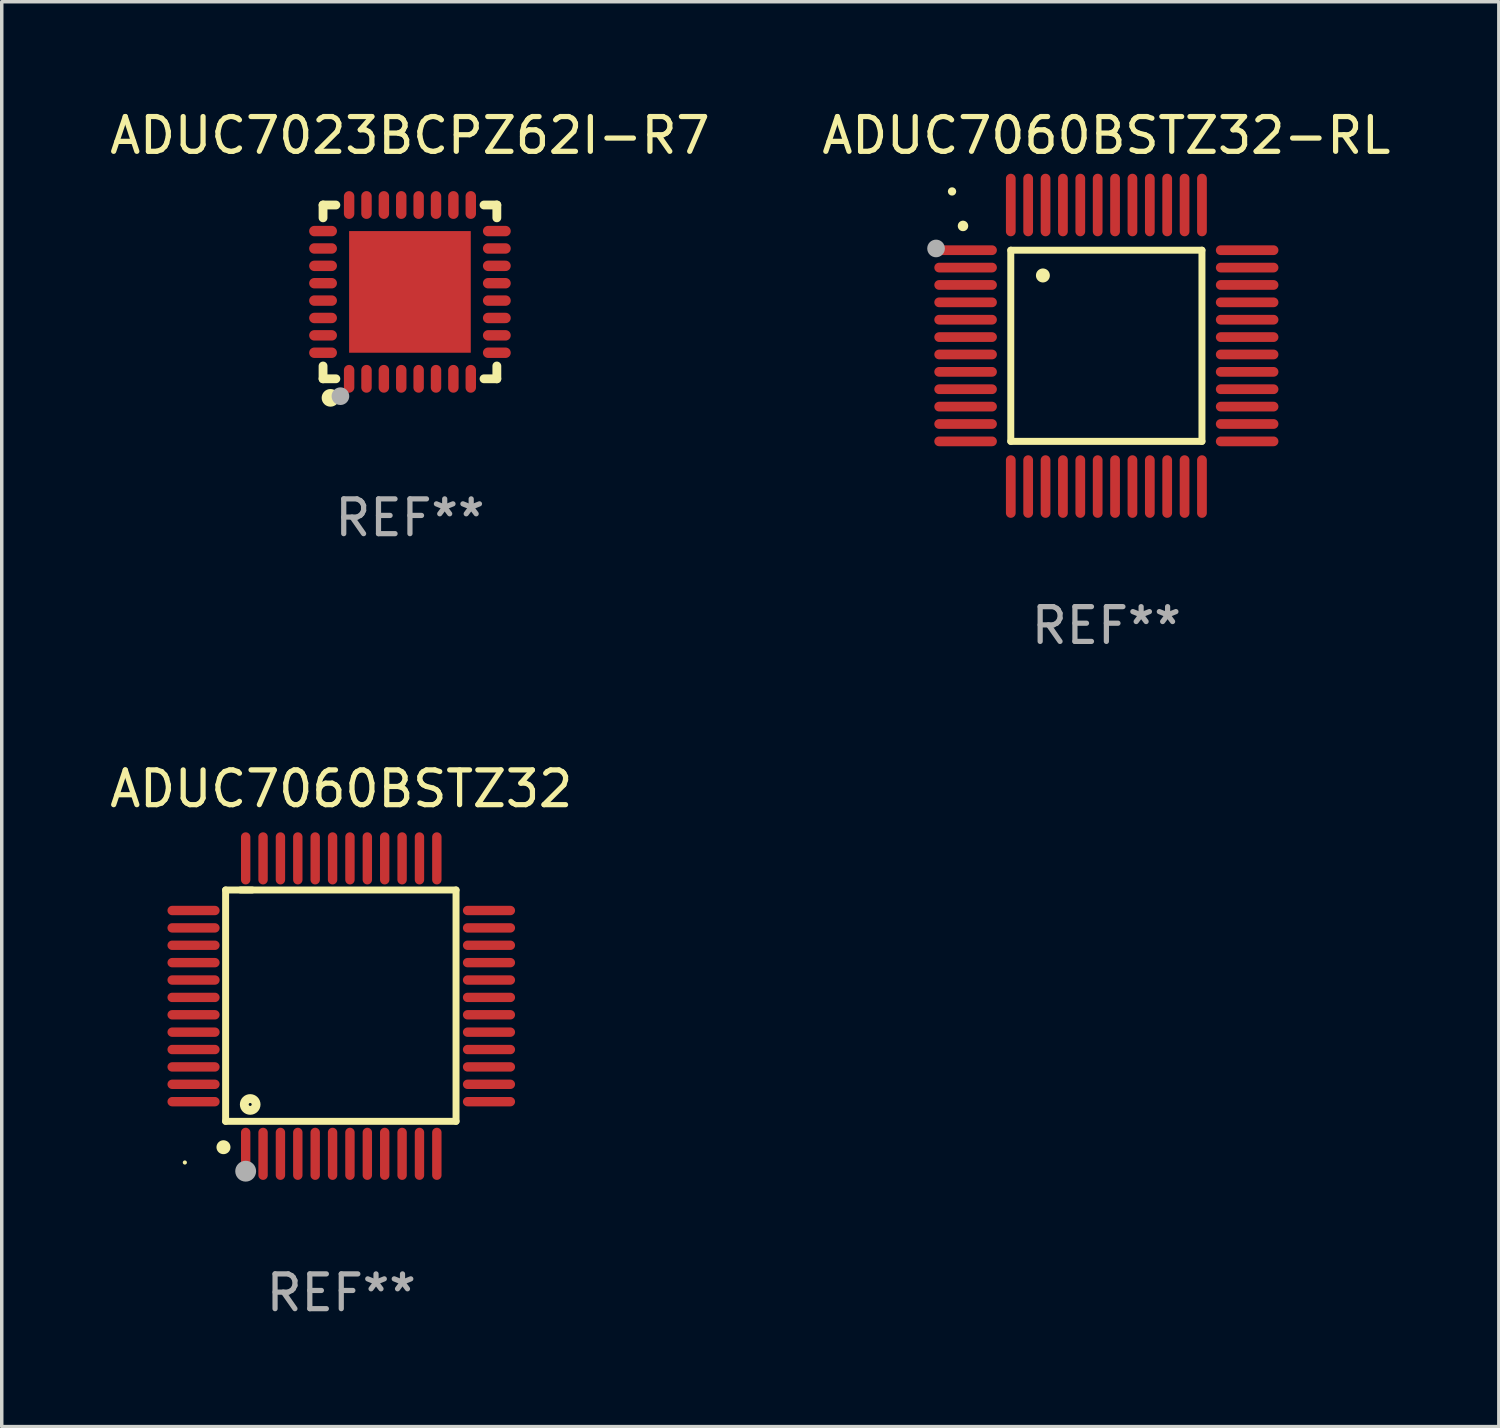
<source format=kicad_pcb>
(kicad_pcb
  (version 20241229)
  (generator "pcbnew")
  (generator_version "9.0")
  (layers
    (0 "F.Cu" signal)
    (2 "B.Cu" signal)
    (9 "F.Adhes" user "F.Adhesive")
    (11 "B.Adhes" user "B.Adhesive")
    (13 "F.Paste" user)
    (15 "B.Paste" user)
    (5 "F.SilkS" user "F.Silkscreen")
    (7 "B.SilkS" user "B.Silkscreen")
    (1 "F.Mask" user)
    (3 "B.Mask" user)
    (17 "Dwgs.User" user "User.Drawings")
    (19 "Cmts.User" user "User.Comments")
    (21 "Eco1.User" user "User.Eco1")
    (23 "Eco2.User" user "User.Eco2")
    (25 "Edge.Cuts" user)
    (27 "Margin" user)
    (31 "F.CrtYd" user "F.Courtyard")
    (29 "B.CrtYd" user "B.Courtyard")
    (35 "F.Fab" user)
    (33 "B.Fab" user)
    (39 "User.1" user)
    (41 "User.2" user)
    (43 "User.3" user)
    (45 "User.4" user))
  (footprint "ADUC7023BCPZ62I-R7"
    (layer "F.Cu")
    (at 8.744 5.348)
    (property "Reference" "ADUC7023BCPZ62I-R7" (at 0 -4.5 0) (layer "F.SilkS") (effects (font (size 1 1) (thickness 0.15))))
    (attr through_hole)
    (fp_line (start -2.5 -2.5) (end -2.131 -2.5) (stroke (width 0.254) (type solid)) (layer "F.SilkS"))
    (fp_line (start -2.5 -2.131) (end -2.5 -2.5) (stroke (width 0.254) (type solid)) (layer "F.SilkS"))
    (fp_line (start -2.5 2.5) (end -2.5 2.131) (stroke (width 0.254) (type solid)) (layer "F.SilkS"))
    (fp_line (start -2.131 2.5) (end -2.5 2.5) (stroke (width 0.254) (type solid)) (layer "F.SilkS"))
    (fp_line (start 2.131 -2.5) (end 2.5 -2.5) (stroke (width 0.254) (type solid)) (layer "F.SilkS"))
    (fp_line (start 2.5 -2.5) (end 2.5 -2.131) (stroke (width 0.254) (type solid)) (layer "F.SilkS"))
    (fp_line (start 2.5 2.131) (end 2.5 2.5) (stroke (width 0.254) (type solid)) (layer "F.SilkS"))
    (fp_line (start 2.5 2.5) (end 2.131 2.5) (stroke (width 0.254) (type solid)) (layer "F.SilkS"))
    (fp_circle (center -2.5 2.5) (end -2.47 2.5) (stroke (width 0.06) (type solid)) (fill no) (layer "F.SilkS"))
    (fp_circle (center -2.286 3.048) (end -2.159 3.048) (stroke (width 0.254) (type solid)) (fill no) (layer "F.SilkS"))
    (fp_circle (center -2 3) (end -1.873 3) (stroke (width 0.254) (type solid)) (fill no) (layer "F.Fab"))
    (fp_text user "REF**" (at 0 6.5 0) (layer "F.Fab") (effects (font (size 1 1) (thickness 0.15))))
    (pad "1" smd oval (at -1.75 2.5 90) (size 0.8 0.3) (layers "F.Cu" "F.Mask" "F.Paste"))
    (pad "2" smd oval (at -1.25 2.5 90) (size 0.8 0.3) (layers "F.Cu" "F.Mask" "F.Paste"))
    (pad "3" smd oval (at -0.75 2.5 90) (size 0.8 0.3) (layers "F.Cu" "F.Mask" "F.Paste"))
    (pad "4" smd oval (at -0.25 2.5 90) (size 0.8 0.3) (layers "F.Cu" "F.Mask" "F.Paste"))
    (pad "5" smd oval (at 0.25 2.5 90) (size 0.8 0.3) (layers "F.Cu" "F.Mask" "F.Paste"))
    (pad "6" smd oval (at 0.75 2.5 90) (size 0.8 0.3) (layers "F.Cu" "F.Mask" "F.Paste"))
    (pad "7" smd oval (at 1.25 2.5 90) (size 0.8 0.3) (layers "F.Cu" "F.Mask" "F.Paste"))
    (pad "8" smd oval (at 1.75 2.5 90) (size 0.8 0.3) (layers "F.Cu" "F.Mask" "F.Paste"))
    (pad "9" smd oval (at 2.5 1.75 180) (size 0.8 0.3) (layers "F.Cu" "F.Mask" "F.Paste"))
    (pad "10" smd oval (at 2.5 1.25 180) (size 0.8 0.3) (layers "F.Cu" "F.Mask" "F.Paste"))
    (pad "11" smd oval (at 2.5 0.75 180) (size 0.8 0.3) (layers "F.Cu" "F.Mask" "F.Paste"))
    (pad "12" smd oval (at 2.5 0.25 180) (size 0.8 0.3) (layers "F.Cu" "F.Mask" "F.Paste"))
    (pad "13" smd oval (at 2.5 -0.25 180) (size 0.8 0.3) (layers "F.Cu" "F.Mask" "F.Paste"))
    (pad "14" smd oval (at 2.5 -0.75 180) (size 0.8 0.3) (layers "F.Cu" "F.Mask" "F.Paste"))
    (pad "15" smd oval (at 2.5 -1.25 180) (size 0.8 0.3) (layers "F.Cu" "F.Mask" "F.Paste"))
    (pad "16" smd oval (at 2.5 -1.75 180) (size 0.8 0.3) (layers "F.Cu" "F.Mask" "F.Paste"))
    (pad "17" smd oval (at 1.75 -2.5 270) (size 0.8 0.3) (layers "F.Cu" "F.Mask" "F.Paste"))
    (pad "18" smd oval (at 1.25 -2.5 270) (size 0.8 0.3) (layers "F.Cu" "F.Mask" "F.Paste"))
    (pad "19" smd oval (at 0.75 -2.5 270) (size 0.8 0.3) (layers "F.Cu" "F.Mask" "F.Paste"))
    (pad "20" smd oval (at 0.25 -2.5 270) (size 0.8 0.3) (layers "F.Cu" "F.Mask" "F.Paste"))
    (pad "21" smd oval (at -0.25 -2.5 270) (size 0.8 0.3) (layers "F.Cu" "F.Mask" "F.Paste"))
    (pad "22" smd oval (at -0.75 -2.5 270) (size 0.8 0.3) (layers "F.Cu" "F.Mask" "F.Paste"))
    (pad "23" smd oval (at -1.25 -2.5 270) (size 0.8 0.3) (layers "F.Cu" "F.Mask" "F.Paste"))
    (pad "24" smd oval (at -1.75 -2.5 270) (size 0.8 0.3) (layers "F.Cu" "F.Mask" "F.Paste"))
    (pad "25" smd oval (at -2.5 -1.75) (size 0.8 0.3) (layers "F.Cu" "F.Mask" "F.Paste"))
    (pad "26" smd oval (at -2.5 -1.25) (size 0.8 0.3) (layers "F.Cu" "F.Mask" "F.Paste"))
    (pad "27" smd oval (at -2.5 -0.75) (size 0.8 0.3) (layers "F.Cu" "F.Mask" "F.Paste"))
    (pad "28" smd oval (at -2.5 -0.25) (size 0.8 0.3) (layers "F.Cu" "F.Mask" "F.Paste"))
    (pad "29" smd oval (at -2.5 0.25) (size 0.8 0.3) (layers "F.Cu" "F.Mask" "F.Paste"))
    (pad "30" smd oval (at -2.5 0.75) (size 0.8 0.3) (layers "F.Cu" "F.Mask" "F.Paste"))
    (pad "31" smd oval (at -2.5 1.25) (size 0.8 0.3) (layers "F.Cu" "F.Mask" "F.Paste"))
    (pad "32" smd oval (at -2.5 1.75) (size 0.8 0.3) (layers "F.Cu" "F.Mask" "F.Paste"))
    (pad "33" smd rect (at -0.000127 0.000127 90) (size 3.5 3.5) (layers "F.Cu" "F.Mask" "F.Paste")))
  (footprint "ADUC7060BSTZ32-RL"
    (layer "F.Cu")
    (at 28.78 6.898)
    (property "Reference" "ADUC7060BSTZ32-RL" (at 0 -6.05 0) (layer "F.SilkS") (effects (font (size 1 1) (thickness 0.15))))
    (attr through_hole)
    (fp_line (start -2.75 -2.75) (end 2.75 -2.75) (stroke (width 0.2) (type solid)) (layer "F.SilkS"))
    (fp_line (start -2.75 2.75) (end -2.75 -2.75) (stroke (width 0.2) (type solid)) (layer "F.SilkS"))
    (fp_line (start 2.75 -2.75) (end 2.75 2.75) (stroke (width 0.2) (type solid)) (layer "F.SilkS"))
    (fp_line (start 2.75 2.75) (end -2.75 2.75) (stroke (width 0.2) (type solid)) (layer "F.SilkS"))
    (fp_arc (start -4.124968 -3.446787) (mid -4.124973 -3.448057) (end -4.124968 -3.449327) (stroke (width 0.3) (type solid)) (layer "F.SilkS"))
    (fp_arc (start -1.826264 -2.021844) (mid -1.826268 -2.023114) (end -1.826264 -2.024384) (stroke (width 0.4) (type solid)) (layer "F.SilkS"))
    (fp_circle (center -4.44 -4.44) (end -4.38 -4.44) (stroke (width 0.12) (type solid)) (fill no) (layer "F.SilkS"))
    (fp_circle (center -4.9 -2.8) (end -4.773 -2.8) (stroke (width 0.254) (type solid)) (fill no) (layer "F.Fab"))
    (fp_text user "REF**" (at 0 8.05 0) (layer "F.Fab") (effects (font (size 1 1) (thickness 0.15))))
    (pad "1" smd oval (at -4.05 -2.75 90) (size 0.28 1.8) (layers "F.Cu" "F.Mask" "F.Paste"))
    (pad "2" smd oval (at -4.05 -2.25 90) (size 0.28 1.8) (layers "F.Cu" "F.Mask" "F.Paste"))
    (pad "3" smd oval (at -4.05 -1.75 90) (size 0.28 1.8) (layers "F.Cu" "F.Mask" "F.Paste"))
    (pad "4" smd oval (at -4.05 -1.25 90) (size 0.28 1.8) (layers "F.Cu" "F.Mask" "F.Paste"))
    (pad "5" smd oval (at -4.05 -0.75 90) (size 0.28 1.8) (layers "F.Cu" "F.Mask" "F.Paste"))
    (pad "6" smd oval (at -4.05 -0.25 90) (size 0.28 1.8) (layers "F.Cu" "F.Mask" "F.Paste"))
    (pad "7" smd oval (at -4.05 0.25 90) (size 0.28 1.8) (layers "F.Cu" "F.Mask" "F.Paste"))
    (pad "8" smd oval (at -4.05 0.75 90) (size 0.28 1.8) (layers "F.Cu" "F.Mask" "F.Paste"))
    (pad "9" smd oval (at -4.05 1.25 90) (size 0.28 1.8) (layers "F.Cu" "F.Mask" "F.Paste"))
    (pad "10" smd oval (at -4.05 1.75 90) (size 0.28 1.8) (layers "F.Cu" "F.Mask" "F.Paste"))
    (pad "11" smd oval (at -4.05 2.25 90) (size 0.28 1.8) (layers "F.Cu" "F.Mask" "F.Paste"))
    (pad "12" smd oval (at -4.05 2.75 90) (size 0.28 1.8) (layers "F.Cu" "F.Mask" "F.Paste"))
    (pad "13" smd oval (at -2.75 4.05) (size 0.28 1.8) (layers "F.Cu" "F.Mask" "F.Paste"))
    (pad "14" smd oval (at -2.25 4.05) (size 0.28 1.8) (layers "F.Cu" "F.Mask" "F.Paste"))
    (pad "15" smd oval (at -1.75 4.05) (size 0.28 1.8) (layers "F.Cu" "F.Mask" "F.Paste"))
    (pad "16" smd oval (at -1.25 4.05) (size 0.28 1.8) (layers "F.Cu" "F.Mask" "F.Paste"))
    (pad "17" smd oval (at -0.75 4.05) (size 0.28 1.8) (layers "F.Cu" "F.Mask" "F.Paste"))
    (pad "18" smd oval (at -0.25 4.05) (size 0.28 1.8) (layers "F.Cu" "F.Mask" "F.Paste"))
    (pad "19" smd oval (at 0.25 4.05) (size 0.28 1.8) (layers "F.Cu" "F.Mask" "F.Paste"))
    (pad "20" smd oval (at 0.75 4.05) (size 0.28 1.8) (layers "F.Cu" "F.Mask" "F.Paste"))
    (pad "21" smd oval (at 1.25 4.05) (size 0.28 1.8) (layers "F.Cu" "F.Mask" "F.Paste"))
    (pad "22" smd oval (at 1.75 4.05) (size 0.28 1.8) (layers "F.Cu" "F.Mask" "F.Paste"))
    (pad "23" smd oval (at 2.25 4.05) (size 0.28 1.8) (layers "F.Cu" "F.Mask" "F.Paste"))
    (pad "24" smd oval (at 2.75 4.05) (size 0.28 1.8) (layers "F.Cu" "F.Mask" "F.Paste"))
    (pad "25" smd oval (at 4.05 2.75 90) (size 0.28 1.8) (layers "F.Cu" "F.Mask" "F.Paste"))
    (pad "26" smd oval (at 4.05 2.25 90) (size 0.28 1.8) (layers "F.Cu" "F.Mask" "F.Paste"))
    (pad "27" smd oval (at 4.05 1.75 90) (size 0.28 1.8) (layers "F.Cu" "F.Mask" "F.Paste"))
    (pad "28" smd oval (at 4.05 1.25 90) (size 0.28 1.8) (layers "F.Cu" "F.Mask" "F.Paste"))
    (pad "29" smd oval (at 4.05 0.75 90) (size 0.28 1.8) (layers "F.Cu" "F.Mask" "F.Paste"))
    (pad "30" smd oval (at 4.05 0.25 90) (size 0.28 1.8) (layers "F.Cu" "F.Mask" "F.Paste"))
    (pad "31" smd oval (at 4.05 -0.25 90) (size 0.28 1.8) (layers "F.Cu" "F.Mask" "F.Paste"))
    (pad "32" smd oval (at 4.05 -0.75 90) (size 0.28 1.8) (layers "F.Cu" "F.Mask" "F.Paste"))
    (pad "33" smd oval (at 4.05 -1.25 90) (size 0.28 1.8) (layers "F.Cu" "F.Mask" "F.Paste"))
    (pad "34" smd oval (at 4.05 -1.75 90) (size 0.28 1.8) (layers "F.Cu" "F.Mask" "F.Paste"))
    (pad "35" smd oval (at 4.05 -2.25 90) (size 0.28 1.8) (layers "F.Cu" "F.Mask" "F.Paste"))
    (pad "36" smd oval (at 4.05 -2.75 90) (size 0.28 1.8) (layers "F.Cu" "F.Mask" "F.Paste"))
    (pad "37" smd oval (at 2.75 -4.05) (size 0.28 1.8) (layers "F.Cu" "F.Mask" "F.Paste"))
    (pad "38" smd oval (at 2.25 -4.05) (size 0.28 1.8) (layers "F.Cu" "F.Mask" "F.Paste"))
    (pad "39" smd oval (at 1.75 -4.05) (size 0.28 1.8) (layers "F.Cu" "F.Mask" "F.Paste"))
    (pad "40" smd oval (at 1.25 -4.05) (size 0.28 1.8) (layers "F.Cu" "F.Mask" "F.Paste"))
    (pad "41" smd oval (at 0.75 -4.05) (size 0.28 1.8) (layers "F.Cu" "F.Mask" "F.Paste"))
    (pad "42" smd oval (at 0.25 -4.05) (size 0.28 1.8) (layers "F.Cu" "F.Mask" "F.Paste"))
    (pad "43" smd oval (at -0.25 -4.05) (size 0.28 1.8) (layers "F.Cu" "F.Mask" "F.Paste"))
    (pad "44" smd oval (at -0.75 -4.05) (size 0.28 1.8) (layers "F.Cu" "F.Mask" "F.Paste"))
    (pad "45" smd oval (at -1.25 -4.05) (size 0.28 1.8) (layers "F.Cu" "F.Mask" "F.Paste"))
    (pad "46" smd oval (at -1.75 -4.05) (size 0.28 1.8) (layers "F.Cu" "F.Mask" "F.Paste"))
    (pad "47" smd oval (at -2.25 -4.05) (size 0.28 1.8) (layers "F.Cu" "F.Mask" "F.Paste"))
    (pad "48" smd oval (at -2.75 -4.05) (size 0.28 1.8) (layers "F.Cu" "F.Mask" "F.Paste")))
  (footprint "ADUC7060BSTZ32"
    (layer "F.Cu")
    (at 6.768 25.895)
    (property "Reference" "ADUC7060BSTZ32" (at 0 -6.25 0) (layer "F.SilkS") (effects (font (size 1 1) (thickness 0.15))))
    (attr through_hole)
    (fp_line (start -3.327 -3.34) (end -2.565 -3.34) (stroke (width 0.2) (type solid)) (layer "F.SilkS"))
    (fp_line (start -3.327 3.315) (end -3.327 -3.34) (stroke (width 0.2) (type solid)) (layer "F.SilkS"))
    (fp_line (start -2.896 -3.34) (end 3.302 -3.34) (stroke (width 0.2) (type solid)) (layer "F.SilkS"))
    (fp_line (start 3.302 -3.34) (end 3.302 3.315) (stroke (width 0.2) (type solid)) (layer "F.SilkS"))
    (fp_line (start 3.302 3.315) (end -3.327 3.315) (stroke (width 0.2) (type solid)) (layer "F.SilkS"))
    (fp_arc (start -3.389992 4.059995) (mid -3.388722 4.059991) (end -3.387452 4.059995) (stroke (width 0.4) (type solid)) (layer "F.SilkS"))
    (fp_circle (center -4.5 4.5) (end -4.47 4.5) (stroke (width 0.06) (type solid)) (fill no) (layer "F.SilkS"))
    (fp_circle (center -2.62 2.83) (end -2.45 2.83) (stroke (width 0.254) (type solid)) (fill no) (layer "F.SilkS"))
    (fp_circle (center -2.75 4.75) (end -2.6 4.75) (stroke (width 0.3) (type solid)) (fill no) (layer "F.Fab"))
    (fp_text user "REF**" (at 0 8.25 0) (layer "F.Fab") (effects (font (size 1 1) (thickness 0.15))))
    (pad "1" smd oval (at -2.75 4.25) (size 0.27 1.5) (layers "F.Cu" "F.Mask" "F.Paste"))
    (pad "2" smd oval (at -2.25 4.25) (size 0.27 1.5) (layers "F.Cu" "F.Mask" "F.Paste"))
    (pad "3" smd oval (at -1.75 4.25) (size 0.27 1.5) (layers "F.Cu" "F.Mask" "F.Paste"))
    (pad "4" smd oval (at -1.25 4.25) (size 0.27 1.5) (layers "F.Cu" "F.Mask" "F.Paste"))
    (pad "5" smd oval (at -0.75 4.25) (size 0.27 1.5) (layers "F.Cu" "F.Mask" "F.Paste"))
    (pad "6" smd oval (at -0.25 4.25) (size 0.27 1.5) (layers "F.Cu" "F.Mask" "F.Paste"))
    (pad "7" smd oval (at 0.25 4.25) (size 0.27 1.5) (layers "F.Cu" "F.Mask" "F.Paste"))
    (pad "8" smd oval (at 0.75 4.25) (size 0.27 1.5) (layers "F.Cu" "F.Mask" "F.Paste"))
    (pad "9" smd oval (at 1.25 4.25) (size 0.27 1.5) (layers "F.Cu" "F.Mask" "F.Paste"))
    (pad "10" smd oval (at 1.75 4.25) (size 0.27 1.5) (layers "F.Cu" "F.Mask" "F.Paste"))
    (pad "11" smd oval (at 2.25 4.25) (size 0.27 1.5) (layers "F.Cu" "F.Mask" "F.Paste"))
    (pad "12" smd oval (at 2.75 4.25) (size 0.27 1.5) (layers "F.Cu" "F.Mask" "F.Paste"))
    (pad "13" smd oval (at 4.25 2.75) (size 1.5 0.27) (layers "F.Cu" "F.Mask" "F.Paste"))
    (pad "14" smd oval (at 4.25 2.25) (size 1.5 0.27) (layers "F.Cu" "F.Mask" "F.Paste"))
    (pad "15" smd oval (at 4.25 1.75) (size 1.5 0.27) (layers "F.Cu" "F.Mask" "F.Paste"))
    (pad "16" smd oval (at 4.25 1.25) (size 1.5 0.27) (layers "F.Cu" "F.Mask" "F.Paste"))
    (pad "17" smd oval (at 4.25 0.75) (size 1.5 0.27) (layers "F.Cu" "F.Mask" "F.Paste"))
    (pad "18" smd oval (at 4.25 0.25) (size 1.5 0.27) (layers "F.Cu" "F.Mask" "F.Paste"))
    (pad "19" smd oval (at 4.25 -0.25) (size 1.5 0.27) (layers "F.Cu" "F.Mask" "F.Paste"))
    (pad "20" smd oval (at 4.25 -0.75) (size 1.5 0.27) (layers "F.Cu" "F.Mask" "F.Paste"))
    (pad "21" smd oval (at 4.25 -1.25) (size 1.5 0.27) (layers "F.Cu" "F.Mask" "F.Paste"))
    (pad "22" smd oval (at 4.25 -1.75) (size 1.5 0.27) (layers "F.Cu" "F.Mask" "F.Paste"))
    (pad "23" smd oval (at 4.25 -2.25) (size 1.5 0.27) (layers "F.Cu" "F.Mask" "F.Paste"))
    (pad "24" smd oval (at 4.25 -2.75) (size 1.5 0.27) (layers "F.Cu" "F.Mask" "F.Paste"))
    (pad "25" smd oval (at 2.75 -4.25) (size 0.27 1.5) (layers "F.Cu" "F.Mask" "F.Paste"))
    (pad "26" smd oval (at 2.25 -4.25) (size 0.27 1.5) (layers "F.Cu" "F.Mask" "F.Paste"))
    (pad "27" smd oval (at 1.75 -4.25) (size 0.27 1.5) (layers "F.Cu" "F.Mask" "F.Paste"))
    (pad "28" smd oval (at 1.25 -4.25) (size 0.27 1.5) (layers "F.Cu" "F.Mask" "F.Paste"))
    (pad "29" smd oval (at 0.75 -4.25) (size 0.27 1.5) (layers "F.Cu" "F.Mask" "F.Paste"))
    (pad "30" smd oval (at 0.25 -4.25) (size 0.27 1.5) (layers "F.Cu" "F.Mask" "F.Paste"))
    (pad "31" smd oval (at -0.25 -4.25) (size 0.27 1.5) (layers "F.Cu" "F.Mask" "F.Paste"))
    (pad "32" smd oval (at -0.75 -4.25) (size 0.27 1.5) (layers "F.Cu" "F.Mask" "F.Paste"))
    (pad "33" smd oval (at -1.25 -4.25) (size 0.27 1.5) (layers "F.Cu" "F.Mask" "F.Paste"))
    (pad "34" smd oval (at -1.75 -4.25) (size 0.27 1.5) (layers "F.Cu" "F.Mask" "F.Paste"))
    (pad "35" smd oval (at -2.25 -4.25) (size 0.27 1.5) (layers "F.Cu" "F.Mask" "F.Paste"))
    (pad "36" smd oval (at -2.75 -4.25) (size 0.27 1.5) (layers "F.Cu" "F.Mask" "F.Paste"))
    (pad "37" smd oval (at -4.25 -2.75) (size 1.5 0.27) (layers "F.Cu" "F.Mask" "F.Paste"))
    (pad "38" smd oval (at -4.25 -2.25) (size 1.5 0.27) (layers "F.Cu" "F.Mask" "F.Paste"))
    (pad "39" smd oval (at -4.25 -1.75) (size 1.5 0.27) (layers "F.Cu" "F.Mask" "F.Paste"))
    (pad "40" smd oval (at -4.25 -1.25) (size 1.5 0.27) (layers "F.Cu" "F.Mask" "F.Paste"))
    (pad "41" smd oval (at -4.25 -0.75) (size 1.5 0.27) (layers "F.Cu" "F.Mask" "F.Paste"))
    (pad "42" smd oval (at -4.25 -0.25) (size 1.5 0.27) (layers "F.Cu" "F.Mask" "F.Paste"))
    (pad "43" smd oval (at -4.25 0.25) (size 1.5 0.27) (layers "F.Cu" "F.Mask" "F.Paste"))
    (pad "44" smd oval (at -4.25 0.75) (size 1.5 0.27) (layers "F.Cu" "F.Mask" "F.Paste"))
    (pad "45" smd oval (at -4.25 1.25) (size 1.5 0.27) (layers "F.Cu" "F.Mask" "F.Paste"))
    (pad "46" smd oval (at -4.25 1.75) (size 1.5 0.27) (layers "F.Cu" "F.Mask" "F.Paste"))
    (pad "47" smd oval (at -4.25 2.25) (size 1.5 0.27) (layers "F.Cu" "F.Mask" "F.Paste"))
    (pad "48" smd oval (at -4.25 2.75) (size 1.5 0.27) (layers "F.Cu" "F.Mask" "F.Paste")))
  (gr_rect
    (start -3 -3)
    (end 40.071 37.993)
    (stroke (width 0.1) (type default))
    (fill no)
    (layer "Edge.Cuts")))
</source>
